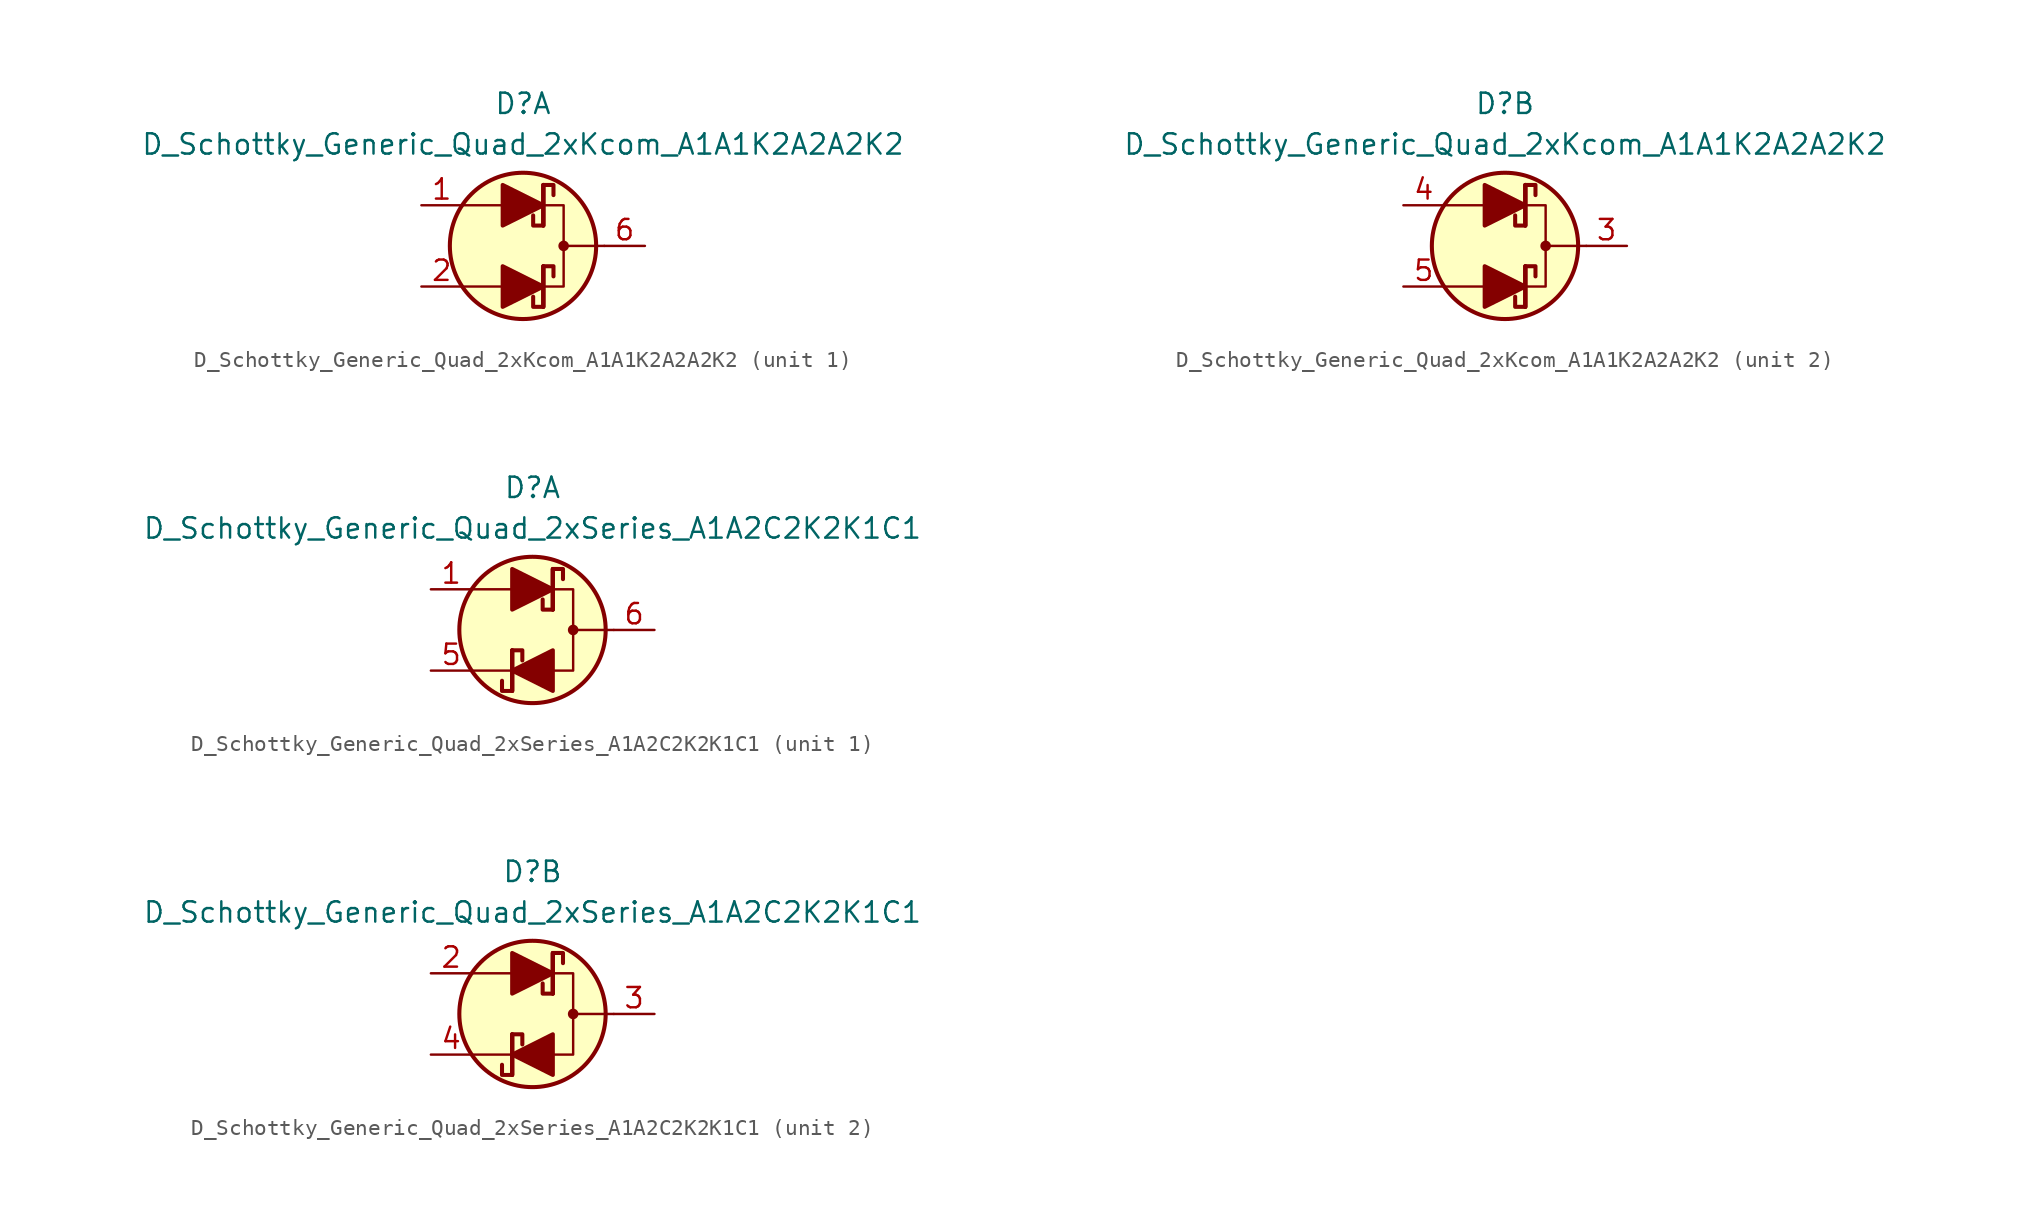
<source format=kicad_sym>
(kicad_symbol_lib
  (version 20211014)
  (generator kicad_symbol_editor)
  (symbol "D_Schottky_Generic_Quad_2xKcom_A1A1K2A2A2K2"
    (pin_names
      (offset 1.016) hide)
    (property "Reference" "D"
      (at 0 8.89 0)
      (effects (font (size 1.27 1.27))))
    (property "Value" "D_Schottky_Generic_Quad_2xKcom_A1A1K2A2A2K2"
      (at 0 6.35 0)
      (effects (font (size 1.27 1.27))))
    (property "ki_locked" ""
      (at 0 0 0)
      (effects (font (size 1.27 1.27))))
    (symbol "D_Schottky_Generic_Quad_2xKcom_A1A1K2A2A2K2_0_1"
      (polyline (pts (xy -1.27 -2.54) (xy -3.81 -2.54)) (stroke (width 0) (type default) (color 0 0 0 0)) (fill (type none)))
      (polyline (pts (xy -1.27 2.54) (xy -3.81 2.54)) (stroke (width 0) (type default) (color 0 0 0 0)) (fill (type none)))
      (polyline (pts (xy 1.27 -3.81) (xy 1.27 -1.27)) (stroke (width 0.254) (type default) (color 0 0 0 0)) (fill (type none)))
      (polyline (pts (xy 1.27 1.27) (xy 1.27 3.81)) (stroke (width 0.254) (type default) (color 0 0 0 0)) (fill (type none)))
      (polyline (pts (xy 5.08 0) (xy 2.54 0)) (stroke (width 0) (type default) (color 0 0 0 0)) (fill (type none)))
      (polyline (pts (xy 1.27 -2.54) (xy 2.54 -2.54) (xy 2.54 2.54) (xy 1.27 2.54)) (stroke (width 0) (type default) (color 0 0 0 0)) (fill (type none)))
      (circle (center 0 0) (radius 4.572) (stroke (width 0.254) (type default) (color 0 0 0 0)) (fill (type background)))
      (circle (center 2.54 0) (radius 0.254) (stroke (width 0) (type default) (color 0 0 0 0)) (fill (type outline))))
    (symbol "D_Schottky_Generic_Quad_2xKcom_A1A1K2A2A2K2_1_1"
      (polyline (pts (xy -1.27 -2.54) (xy 1.27 -2.54)) (stroke (width 0) (type default) (color 0 0 0 0)) (fill (type none)))
      (polyline (pts (xy -1.27 2.54) (xy 1.27 2.54)) (stroke (width 0) (type default) (color 0 0 0 0)) (fill (type none)))
      (polyline (pts (xy 1.27 -3.81) (xy 1.27 -1.27)) (stroke (width 0.254) (type default) (color 0 0 0 0)) (fill (type none)))
      (polyline (pts (xy 1.27 1.27) (xy 1.27 3.81)) (stroke (width 0.254) (type default) (color 0 0 0 0)) (fill (type none)))
      (polyline (pts (xy -1.27 -3.81) (xy -1.27 -1.27) (xy 1.27 -2.54) (xy -1.27 -3.81)) (stroke (width 0.254) (type default) (color 0 0 0 0)) (fill (type outline)))
      (polyline (pts (xy -1.27 1.27) (xy -1.27 3.81) (xy 1.27 2.54) (xy -1.27 1.27)) (stroke (width 0.254) (type default) (color 0 0 0 0)) (fill (type outline)))
      (polyline (pts (xy 0.635 -3.175) (xy 0.635 -3.81) (xy 1.27 -3.81) (xy 1.27 -1.27) (xy 1.905 -1.27) (xy 1.905 -1.905)) (stroke (width 0.254) (type default) (color 0 0 0 0)) (fill (type none)))
      (polyline (pts (xy 0.635 1.905) (xy 0.635 1.27) (xy 1.27 1.27) (xy 1.27 3.81) (xy 1.905 3.81) (xy 1.905 3.175)) (stroke (width 0.254) (type default) (color 0 0 0 0)) (fill (type none)))
      (pin passive line (at -6.35 2.54 0) (length 2.54) (name "A1" (effects (font (size 1.27 1.27)))) (number "1" (effects (font (size 1.27 1.27)))))
      (pin passive line (at -6.35 -2.54 0) (length 2.54) (name "A1" (effects (font (size 1.27 1.27)))) (number "2" (effects (font (size 1.27 1.27)))))
      (pin passive line (at 7.62 0 180) (length 2.54) (name "K1" (effects (font (size 1.27 1.27)))) (number "6" (effects (font (size 1.27 1.27))))))
    (symbol "D_Schottky_Generic_Quad_2xKcom_A1A1K2A2A2K2_2_1"
      (polyline (pts (xy -1.27 -2.54) (xy 1.27 -2.54)) (stroke (width 0) (type default) (color 0 0 0 0)) (fill (type none)))
      (polyline (pts (xy -1.27 2.54) (xy 1.27 2.54)) (stroke (width 0) (type default) (color 0 0 0 0)) (fill (type none)))
      (polyline (pts (xy 1.27 -3.81) (xy 1.27 -1.27)) (stroke (width 0.254) (type default) (color 0 0 0 0)) (fill (type none)))
      (polyline (pts (xy 1.27 1.27) (xy 1.27 3.81)) (stroke (width 0.254) (type default) (color 0 0 0 0)) (fill (type none)))
      (polyline (pts (xy -1.27 -3.81) (xy -1.27 -1.27) (xy 1.27 -2.54) (xy -1.27 -3.81)) (stroke (width 0.254) (type default) (color 0 0 0 0)) (fill (type outline)))
      (polyline (pts (xy -1.27 1.27) (xy -1.27 3.81) (xy 1.27 2.54) (xy -1.27 1.27)) (stroke (width 0.254) (type default) (color 0 0 0 0)) (fill (type outline)))
      (polyline (pts (xy 0.635 -3.175) (xy 0.635 -3.81) (xy 1.27 -3.81) (xy 1.27 -1.27) (xy 1.905 -1.27) (xy 1.905 -1.905)) (stroke (width 0.254) (type default) (color 0 0 0 0)) (fill (type none)))
      (polyline (pts (xy 0.635 1.905) (xy 0.635 1.27) (xy 1.27 1.27) (xy 1.27 3.81) (xy 1.905 3.81) (xy 1.905 3.175)) (stroke (width 0.254) (type default) (color 0 0 0 0)) (fill (type none)))
      (pin passive line (at 7.62 0 180) (length 2.54) (name "K2" (effects (font (size 1.27 1.27)))) (number "3" (effects (font (size 1.27 1.27)))))
      (pin passive line (at -6.35 2.54 0) (length 2.54) (name "A2" (effects (font (size 1.27 1.27)))) (number "4" (effects (font (size 1.27 1.27)))))
      (pin passive line (at -6.35 -2.54 0) (length 2.54) (name "A2" (effects (font (size 1.27 1.27)))) (number "5" (effects (font (size 1.27 1.27)))))))
  (symbol "D_Schottky_Generic_Quad_2xSeries_A1A2C2K2K1C1"
    (pin_names
      (offset 1.016) hide)
    (property "Reference" "D"
      (at 0 8.89 0)
      (effects (font (size 1.27 1.27))))
    (property "Value" "D_Schottky_Generic_Quad_2xSeries_A1A2C2K2K1C1"
      (at 0 6.35 0)
      (effects (font (size 1.27 1.27))))
    (property "ki_locked" ""
      (at 0 0 0)
      (effects (font (size 1.27 1.27))))
    (symbol "D_Schottky_Generic_Quad_2xSeries_A1A2C2K2K1C1_0_1"
      (polyline (pts (xy -1.27 -2.54) (xy -3.81 -2.54)) (stroke (width 0) (type default) (color 0 0 0 0)) (fill (type none)))
      (polyline (pts (xy -1.27 -1.27) (xy -1.27 -3.81)) (stroke (width 0.254) (type default) (color 0 0 0 0)) (fill (type none)))
      (polyline (pts (xy -1.27 2.54) (xy -3.81 2.54)) (stroke (width 0) (type default) (color 0 0 0 0)) (fill (type none)))
      (polyline (pts (xy 1.27 3.81) (xy 1.27 1.27)) (stroke (width 0.254) (type default) (color 0 0 0 0)) (fill (type none)))
      (polyline (pts (xy 5.08 0) (xy 2.54 0)) (stroke (width 0) (type default) (color 0 0 0 0)) (fill (type none)))
      (polyline (pts (xy 1.27 -2.54) (xy 2.54 -2.54) (xy 2.54 2.54) (xy 1.27 2.54)) (stroke (width 0) (type default) (color 0 0 0 0)) (fill (type none)))
      (circle (center 0 0) (radius 4.572) (stroke (width 0.254) (type default) (color 0 0 0 0)) (fill (type background)))
      (circle (center 2.54 0) (radius 0.254) (stroke (width 0) (type default) (color 0 0 0 0)) (fill (type outline))))
    (symbol "D_Schottky_Generic_Quad_2xSeries_A1A2C2K2K1C1_1_1"
      (polyline (pts (xy -1.27 -3.81) (xy -1.27 -1.27)) (stroke (width 0.254) (type default) (color 0 0 0 0)) (fill (type none)))
      (polyline (pts (xy -1.27 2.54) (xy 1.27 2.54)) (stroke (width 0) (type default) (color 0 0 0 0)) (fill (type none)))
      (polyline (pts (xy 1.27 -2.54) (xy -1.27 -2.54)) (stroke (width 0) (type default) (color 0 0 0 0)) (fill (type none)))
      (polyline (pts (xy 1.27 1.27) (xy 1.27 3.81)) (stroke (width 0.254) (type default) (color 0 0 0 0)) (fill (type none)))
      (polyline (pts (xy -1.27 1.27) (xy -1.27 3.81) (xy 1.27 2.54) (xy -1.27 1.27)) (stroke (width 0.254) (type default) (color 0 0 0 0)) (fill (type outline)))
      (polyline (pts (xy 1.27 -1.27) (xy 1.27 -3.81) (xy -1.27 -2.54) (xy 1.27 -1.27)) (stroke (width 0.254) (type default) (color 0 0 0 0)) (fill (type outline)))
      (polyline (pts (xy -1.905 -3.175) (xy -1.905 -3.81) (xy -1.27 -3.81) (xy -1.27 -1.27) (xy -0.635 -1.27) (xy -0.635 -1.905)) (stroke (width 0.254) (type default) (color 0 0 0 0)) (fill (type none)))
      (polyline (pts (xy 0.635 1.905) (xy 0.635 1.27) (xy 1.27 1.27) (xy 1.27 3.81) (xy 1.905 3.81) (xy 1.905 3.175)) (stroke (width 0.254) (type default) (color 0 0 0 0)) (fill (type none)))
      (pin passive line (at -6.35 2.54 0) (length 2.54) (name "A1" (effects (font (size 1.27 1.27)))) (number "1" (effects (font (size 1.27 1.27)))))
      (pin passive line (at -6.35 -2.54 0) (length 2.54) (name "K1" (effects (font (size 1.27 1.27)))) (number "5" (effects (font (size 1.27 1.27)))))
      (pin passive line (at 7.62 0 180) (length 2.54) (name "C1" (effects (font (size 1.27 1.27)))) (number "6" (effects (font (size 1.27 1.27))))))
    (symbol "D_Schottky_Generic_Quad_2xSeries_A1A2C2K2K1C1_2_1"
      (polyline (pts (xy -1.27 -3.81) (xy -1.27 -1.27)) (stroke (width 0.254) (type default) (color 0 0 0 0)) (fill (type none)))
      (polyline (pts (xy -1.27 2.54) (xy 1.27 2.54)) (stroke (width 0) (type default) (color 0 0 0 0)) (fill (type none)))
      (polyline (pts (xy 1.27 -2.54) (xy -1.27 -2.54)) (stroke (width 0) (type default) (color 0 0 0 0)) (fill (type none)))
      (polyline (pts (xy 1.27 1.27) (xy 1.27 3.81)) (stroke (width 0.254) (type default) (color 0 0 0 0)) (fill (type none)))
      (polyline (pts (xy -1.27 1.27) (xy -1.27 3.81) (xy 1.27 2.54) (xy -1.27 1.27)) (stroke (width 0.254) (type default) (color 0 0 0 0)) (fill (type outline)))
      (polyline (pts (xy 1.27 -1.27) (xy 1.27 -3.81) (xy -1.27 -2.54) (xy 1.27 -1.27)) (stroke (width 0.254) (type default) (color 0 0 0 0)) (fill (type outline)))
      (polyline (pts (xy -1.905 -3.175) (xy -1.905 -3.81) (xy -1.27 -3.81) (xy -1.27 -1.27) (xy -0.635 -1.27) (xy -0.635 -1.905)) (stroke (width 0.254) (type default) (color 0 0 0 0)) (fill (type none)))
      (polyline (pts (xy 0.635 1.905) (xy 0.635 1.27) (xy 1.27 1.27) (xy 1.27 3.81) (xy 1.905 3.81) (xy 1.905 3.175)) (stroke (width 0.254) (type default) (color 0 0 0 0)) (fill (type none)))
      (pin passive line (at -6.35 2.54 0) (length 2.54) (name "A2" (effects (font (size 1.27 1.27)))) (number "2" (effects (font (size 1.27 1.27)))))
      (pin passive line (at 7.62 0 180) (length 2.54) (name "C2" (effects (font (size 1.27 1.27)))) (number "3" (effects (font (size 1.27 1.27)))))
      (pin passive line (at -6.35 -2.54 0) (length 2.54) (name "K2" (effects (font (size 1.27 1.27)))) (number "4" (effects (font (size 1.27 1.27))))))))
</source>
